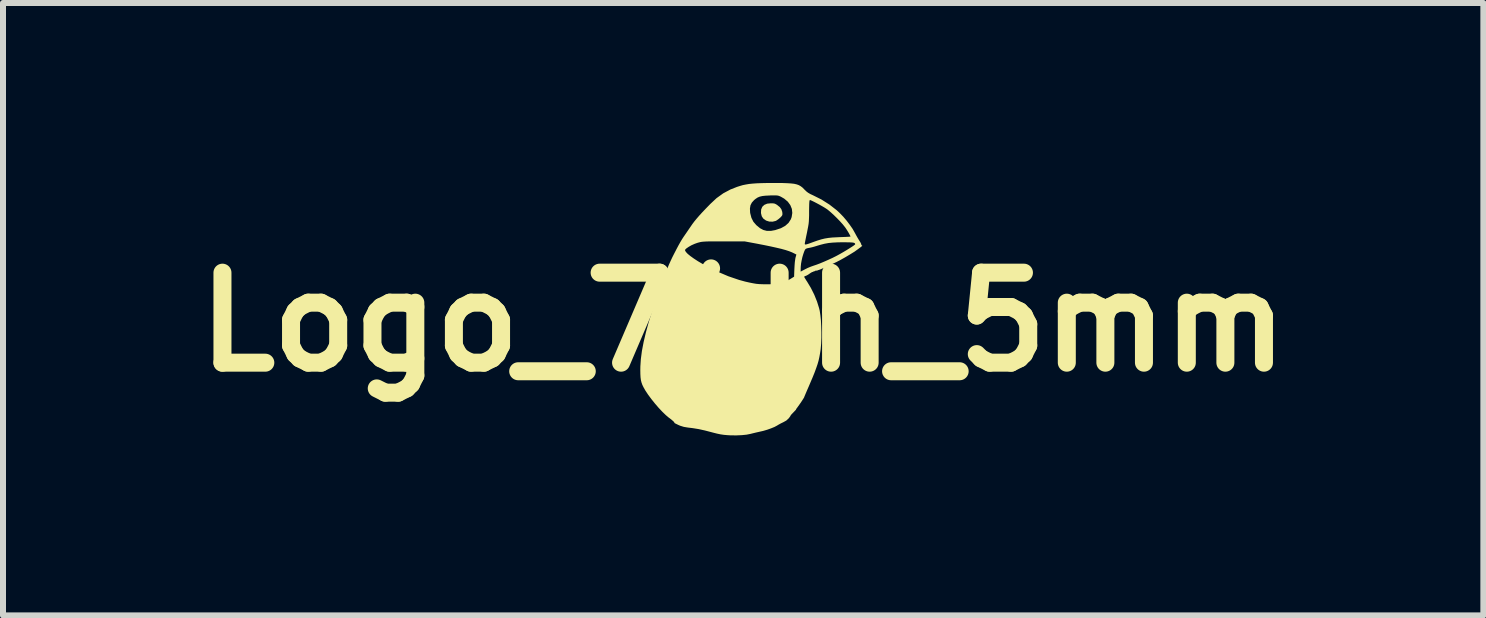
<source format=kicad_pcb>
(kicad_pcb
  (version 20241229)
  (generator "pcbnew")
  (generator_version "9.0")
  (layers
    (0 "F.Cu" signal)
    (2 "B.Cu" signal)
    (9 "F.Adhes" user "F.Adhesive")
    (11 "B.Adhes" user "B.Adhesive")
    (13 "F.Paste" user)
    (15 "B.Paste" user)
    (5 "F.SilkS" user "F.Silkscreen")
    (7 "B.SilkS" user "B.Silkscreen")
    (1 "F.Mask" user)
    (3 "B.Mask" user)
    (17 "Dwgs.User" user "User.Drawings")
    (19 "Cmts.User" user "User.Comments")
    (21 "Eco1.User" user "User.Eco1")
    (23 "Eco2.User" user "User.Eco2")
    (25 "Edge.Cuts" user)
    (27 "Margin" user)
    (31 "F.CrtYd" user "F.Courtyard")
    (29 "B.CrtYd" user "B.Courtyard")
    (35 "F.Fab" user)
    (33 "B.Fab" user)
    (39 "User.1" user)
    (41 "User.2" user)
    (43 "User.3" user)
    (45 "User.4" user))
  (footprint "Logo_74th_5mm"
    (layer "F.Cu")
    (at 9.336 2.316)
    (property "Reference" "Logo_74th_5mm" (at 0 0 0) (layer "F.SilkS") (effects (font (size 1.5 1.5) (thickness 0.3))))
    (attr board_only exclude_from_pos_files exclude_from_bom)
    (fp_poly (pts (xy 0.499 -1.977) (xy 0.526 -1.972) (xy 0.55 -1.96) (xy 0.567 -1.949) (xy 0.61 -1.914) (xy 0.636 -1.878) (xy 0.65 -1.837) (xy 0.652 -1.823) (xy 0.654 -1.796) (xy 0.65 -1.778) (xy 0.638 -1.761) (xy 0.615 -1.737) (xy 0.586 -1.713) (xy 0.556 -1.692) (xy 0.541 -1.684) (xy 0.491 -1.672) (xy 0.436 -1.673) (xy 0.387 -1.688) (xy 0.377 -1.693) (xy 0.334 -1.724) (xy 0.309 -1.762) (xy 0.297 -1.811) (xy 0.296 -1.819) (xy 0.299 -1.875) (xy 0.318 -1.92) (xy 0.352 -1.952) (xy 0.4 -1.972) (xy 0.461 -1.978)) (stroke (width 0) (type solid)) (fill yes) (layer "F.SilkS"))
    (fp_poly (pts (xy 0.649 -2.316) (xy 0.73 -2.313) (xy 0.795 -2.309) (xy 0.849 -2.303) (xy 0.892 -2.293) (xy 0.928 -2.28) (xy 0.959 -2.262) (xy 0.988 -2.24) (xy 1.016 -2.212) (xy 1.019 -2.208) (xy 1.05 -2.178) (xy 1.081 -2.154) (xy 1.119 -2.132) (xy 1.16 -2.113) (xy 1.304 -2.041) (xy 1.438 -1.956) (xy 1.56 -1.861) (xy 1.61 -1.814) (xy 1.667 -1.755) (xy 1.724 -1.688) (xy 1.777 -1.618) (xy 1.823 -1.552) (xy 1.851 -1.503) (xy 1.876 -1.457) (xy 1.902 -1.41) (xy 1.926 -1.37) (xy 1.936 -1.354) (xy 1.954 -1.325) (xy 1.965 -1.302) (xy 1.968 -1.289) (xy 1.968 -1.289) (xy 1.971 -1.28) (xy 1.976 -1.277) (xy 1.982 -1.274) (xy 1.984 -1.271) (xy 1.978 -1.264) (xy 1.963 -1.251) (xy 1.936 -1.231) (xy 1.912 -1.213) (xy 1.855 -1.172) (xy 1.782 -1.127) (xy 1.698 -1.077) (xy 1.605 -1.025) (xy 1.592 -1.019) (xy 1.558 -1.001) (xy 1.514 -0.98) (xy 1.465 -0.957) (xy 1.414 -0.933) (xy 1.365 -0.911) (xy 1.32 -0.891) (xy 1.285 -0.876) (xy 1.261 -0.867) (xy 1.255 -0.866) (xy 1.238 -0.86) (xy 1.235 -0.857) (xy 1.222 -0.855) (xy 1.215 -0.857) (xy 1.203 -0.856) (xy 1.202 -0.851) (xy 1.194 -0.845) (xy 1.187 -0.846) (xy 1.174 -0.846) (xy 1.172 -0.841) (xy 1.167 -0.834) (xy 1.163 -0.835) (xy 1.151 -0.833) (xy 1.129 -0.821) (xy 1.11 -0.808) (xy 1.081 -0.788) (xy 1.054 -0.773) (xy 1.041 -0.768) (xy 1.023 -0.761) (xy 1.016 -0.753) (xy 1.021 -0.742) (xy 1.035 -0.719) (xy 1.054 -0.688) (xy 1.065 -0.672) (xy 1.128 -0.567) (xy 1.184 -0.455) (xy 1.23 -0.341) (xy 1.264 -0.232) (xy 1.275 -0.187) (xy 1.286 -0.115) (xy 1.295 -0.029) (xy 1.3 0.067) (xy 1.303 0.167) (xy 1.303 0.266) (xy 1.299 0.36) (xy 1.292 0.444) (xy 1.29 0.461) (xy 1.28 0.525) (xy 1.269 0.585) (xy 1.256 0.644) (xy 1.239 0.703) (xy 1.217 0.767) (xy 1.191 0.838) (xy 1.158 0.92) (xy 1.118 1.014) (xy 1.095 1.068) (xy 1.071 1.123) (xy 1.05 1.172) (xy 1.033 1.212) (xy 1.021 1.24) (xy 1.016 1.254) (xy 1.016 1.254) (xy 1.011 1.264) (xy 0.997 1.286) (xy 0.978 1.316) (xy 0.955 1.35) (xy 0.932 1.383) (xy 0.911 1.412) (xy 0.896 1.433) (xy 0.891 1.439) (xy 0.882 1.452) (xy 0.882 1.456) (xy 0.879 1.462) (xy 0.864 1.478) (xy 0.842 1.501) (xy 0.84 1.503) (xy 0.816 1.528) (xy 0.798 1.547) (xy 0.791 1.557) (xy 0.791 1.557) (xy 0.786 1.568) (xy 0.771 1.589) (xy 0.76 1.604) (xy 0.718 1.643) (xy 0.669 1.67) (xy 0.628 1.69) (xy 0.586 1.713) (xy 0.563 1.727) (xy 0.522 1.749) (xy 0.466 1.772) (xy 0.402 1.795) (xy 0.334 1.815) (xy 0.268 1.83) (xy 0.264 1.831) (xy 0.215 1.842) (xy 0.161 1.855) (xy 0.121 1.865) (xy 0.056 1.878) (xy -0.024 1.886) (xy -0.116 1.89) (xy -0.215 1.889) (xy -0.264 1.886) (xy -0.321 1.881) (xy -0.376 1.873) (xy -0.434 1.861) (xy -0.502 1.844) (xy -0.524 1.838) (xy -0.639 1.808) (xy -0.743 1.785) (xy -0.842 1.769) (xy -0.925 1.759) (xy -0.99 1.748) (xy -1.051 1.729) (xy -1.081 1.716) (xy -1.114 1.7) (xy -1.138 1.688) (xy -1.149 1.681) (xy -1.149 1.681) (xy -1.146 1.675) (xy -1.159 1.66) (xy -1.186 1.636) (xy -1.226 1.604) (xy -1.238 1.596) (xy -1.289 1.553) (xy -1.348 1.496) (xy -1.41 1.43) (xy -1.472 1.358) (xy -1.532 1.283) (xy -1.586 1.21) (xy -1.631 1.142) (xy -1.661 1.089) (xy -1.681 1.048) (xy -1.695 1.009) (xy -1.705 0.969) (xy -1.711 0.923) (xy -1.714 0.867) (xy -1.715 0.799) (xy -1.714 0.742) (xy -1.706 0.619) (xy -1.688 0.482) (xy -1.659 0.331) (xy -1.621 0.17) (xy -1.574 -0.001) (xy -1.518 -0.179) (xy -1.453 -0.363) (xy -1.418 -0.458) (xy -1.397 -0.513) (xy -1.379 -0.563) (xy -1.365 -0.603) (xy -1.356 -0.631) (xy -1.353 -0.645) (xy -1.353 -0.645) (xy -1.351 -0.655) (xy -1.348 -0.656) (xy -1.339 -0.668) (xy -1.336 -0.682) (xy -1.332 -0.699) (xy -1.327 -0.703) (xy -1.323 -0.711) (xy -1.325 -0.718) (xy -1.325 -0.731) (xy -1.32 -0.733) (xy -1.314 -0.74) (xy -1.315 -0.747) (xy -1.315 -0.76) (xy -1.31 -0.762) (xy -1.304 -0.769) (xy -1.306 -0.777) (xy -1.305 -0.789) (xy -1.301 -0.791) (xy -1.294 -0.798) (xy -1.296 -0.806) (xy -1.295 -0.818) (xy -1.29 -0.821) (xy -1.283 -0.827) (xy -1.285 -0.83) (xy -1.285 -0.839) (xy -1.282 -0.84) (xy -1.274 -0.848) (xy -1.273 -0.854) (xy -1.269 -0.876) (xy -1.256 -0.912) (xy -1.236 -0.96) (xy -1.21 -1.017) (xy -1.181 -1.079) (xy -1.148 -1.144) (xy -1.124 -1.19) (xy -0.969 -1.19) (xy -0.954 -1.166) (xy -0.925 -1.135) (xy -0.881 -1.099) (xy -0.824 -1.058) (xy -0.755 -1.013) (xy -0.675 -0.966) (xy -0.615 -0.933) (xy -0.431 -0.84) (xy -0.248 -0.762) (xy -0.069 -0.701) (xy 0.033 -0.673) (xy 0.104 -0.657) (xy 0.164 -0.645) (xy 0.217 -0.636) (xy 0.271 -0.631) (xy 0.33 -0.629) (xy 0.4 -0.629) (xy 0.445 -0.629) (xy 0.507 -0.63) (xy 0.555 -0.632) (xy 0.59 -0.634) (xy 0.617 -0.638) (xy 0.64 -0.644) (xy 0.662 -0.652) (xy 0.664 -0.653) (xy 0.701 -0.67) (xy 0.744 -0.693) (xy 0.783 -0.715) (xy 0.848 -0.755) (xy 0.851 -0.839) (xy 0.957 -0.839) (xy 1.028 -0.877) (xy 1.074 -0.9) (xy 1.127 -0.922) (xy 1.172 -0.938) (xy 1.22 -0.954) (xy 1.281 -0.977) (xy 1.348 -1.005) (xy 1.418 -1.036) (xy 1.486 -1.067) (xy 1.546 -1.097) (xy 1.563 -1.106) (xy 1.616 -1.135) (xy 1.67 -1.166) (xy 1.722 -1.197) (xy 1.77 -1.227) (xy 1.811 -1.253) (xy 1.842 -1.274) (xy 1.861 -1.289) (xy 1.866 -1.294) (xy 1.864 -1.306) (xy 1.856 -1.315) (xy 1.84 -1.321) (xy 1.814 -1.325) (xy 1.775 -1.327) (xy 1.72 -1.328) (xy 1.666 -1.329) (xy 1.572 -1.327) (xy 1.493 -1.323) (xy 1.422 -1.316) (xy 1.356 -1.304) (xy 1.289 -1.287) (xy 1.238 -1.272) (xy 1.193 -1.258) (xy 1.15 -1.246) (xy 1.115 -1.238) (xy 1.104 -1.236) (xy 1.073 -1.23) (xy 1.049 -1.222) (xy 1.044 -1.22) (xy 1.03 -1.205) (xy 1.016 -1.174) (xy 1.001 -1.131) (xy 0.986 -1.081) (xy 0.974 -1.027) (xy 0.964 -0.973) (xy 0.959 -0.923) (xy 0.958 -0.896) (xy 0.957 -0.839) (xy 0.851 -0.839) (xy 0.853 -0.888) (xy 0.856 -0.942) (xy 0.86 -0.995) (xy 0.866 -1.039) (xy 0.871 -1.071) (xy 0.872 -1.073) (xy 0.886 -1.124) (xy 0.857 -1.139) (xy 0.814 -1.16) (xy 0.764 -1.18) (xy 0.706 -1.199) (xy 0.638 -1.218) (xy 0.557 -1.237) (xy 0.463 -1.258) (xy 0.352 -1.281) (xy 0.274 -1.296) (xy 0.239 -1.303) (xy 1.026 -1.303) (xy 1.028 -1.294) (xy 1.036 -1.291) (xy 1.052 -1.293) (xy 1.08 -1.301) (xy 1.12 -1.315) (xy 1.169 -1.333) (xy 1.24 -1.358) (xy 1.302 -1.377) (xy 1.36 -1.391) (xy 1.421 -1.401) (xy 1.488 -1.408) (xy 1.568 -1.412) (xy 1.609 -1.414) (xy 1.666 -1.416) (xy 1.715 -1.418) (xy 1.754 -1.42) (xy 1.779 -1.422) (xy 1.788 -1.423) (xy 1.783 -1.438) (xy 1.769 -1.464) (xy 1.75 -1.498) (xy 1.727 -1.535) (xy 1.704 -1.57) (xy 1.694 -1.583) (xy 1.66 -1.626) (xy 1.616 -1.675) (xy 1.565 -1.728) (xy 1.513 -1.779) (xy 1.463 -1.825) (xy 1.418 -1.863) (xy 1.39 -1.884) (xy 1.356 -1.906) (xy 1.315 -1.93) (xy 1.269 -1.956) (xy 1.224 -1.98) (xy 1.182 -2.002) (xy 1.146 -2.019) (xy 1.122 -2.03) (xy 1.113 -2.032) (xy 1.108 -2.029) (xy 1.104 -2.018) (xy 1.102 -1.998) (xy 1.1 -1.965) (xy 1.099 -1.918) (xy 1.098 -1.853) (xy 1.098 -1.844) (xy 1.098 -1.776) (xy 1.096 -1.723) (xy 1.094 -1.678) (xy 1.09 -1.637) (xy 1.083 -1.594) (xy 1.073 -1.543) (xy 1.062 -1.486) (xy 1.05 -1.43) (xy 1.04 -1.38) (xy 1.032 -1.34) (xy 1.027 -1.313) (xy 1.026 -1.303) (xy 0.239 -1.303) (xy 0.024 -1.343) (xy -0.327 -1.343) (xy -0.42 -1.343) (xy -0.495 -1.343) (xy -0.556 -1.343) (xy -0.604 -1.342) (xy -0.641 -1.34) (xy -0.671 -1.338) (xy -0.696 -1.335) (xy -0.717 -1.331) (xy -0.737 -1.326) (xy -0.759 -1.32) (xy -0.76 -1.32) (xy -0.81 -1.302) (xy -0.862 -1.279) (xy -0.909 -1.252) (xy -0.947 -1.226) (xy -0.967 -1.207) (xy -0.969 -1.19) (xy -1.124 -1.19) (xy -1.114 -1.21) (xy -1.08 -1.274) (xy -1.047 -1.333) (xy -1.017 -1.383) (xy -0.992 -1.421) (xy -0.97 -1.453) (xy -0.941 -1.495) (xy -0.909 -1.542) (xy -0.878 -1.587) (xy -0.848 -1.631) (xy -0.815 -1.675) (xy -0.778 -1.72) (xy -0.734 -1.771) (xy -0.682 -1.828) (xy -0.622 -1.891) (xy 0.112 -1.891) (xy 0.115 -1.825) (xy 0.117 -1.812) (xy 0.137 -1.735) (xy 0.17 -1.67) (xy 0.22 -1.612) (xy 0.222 -1.611) (xy 0.28 -1.563) (xy 0.336 -1.533) (xy 0.395 -1.518) (xy 0.461 -1.518) (xy 0.537 -1.532) (xy 0.541 -1.534) (xy 0.629 -1.563) (xy 0.7 -1.602) (xy 0.755 -1.651) (xy 0.793 -1.71) (xy 0.807 -1.747) (xy 0.818 -1.817) (xy 0.811 -1.884) (xy 0.785 -1.948) (xy 0.743 -2.005) (xy 0.684 -2.055) (xy 0.629 -2.087) (xy 0.607 -2.097) (xy 0.588 -2.104) (xy 0.567 -2.108) (xy 0.54 -2.11) (xy 0.502 -2.11) (xy 0.45 -2.109) (xy 0.442 -2.108) (xy 0.373 -2.105) (xy 0.319 -2.099) (xy 0.276 -2.089) (xy 0.24 -2.074) (xy 0.207 -2.052) (xy 0.182 -2.032) (xy 0.144 -1.99) (xy 0.121 -1.945) (xy 0.112 -1.891) (xy -0.622 -1.891) (xy -0.619 -1.894) (xy -0.548 -1.967) (xy -0.444 -2.064) (xy -0.333 -2.144) (xy -0.213 -2.208) (xy -0.104 -2.251) (xy -0.054 -2.267) (xy -0.006 -2.281) (xy 0.044 -2.291) (xy 0.097 -2.3) (xy 0.156 -2.306) (xy 0.224 -2.311) (xy 0.303 -2.314) (xy 0.395 -2.316) (xy 0.504 -2.316) (xy 0.552 -2.316)) (stroke (width 0) (type solid)) (fill yes) (layer "F.SilkS")))
  (gr_rect
    (start -3 -3)
    (end 21.671 7.206)
    (stroke (width 0.1) (type default))
    (fill no)
    (layer "Edge.Cuts")))
</source>
